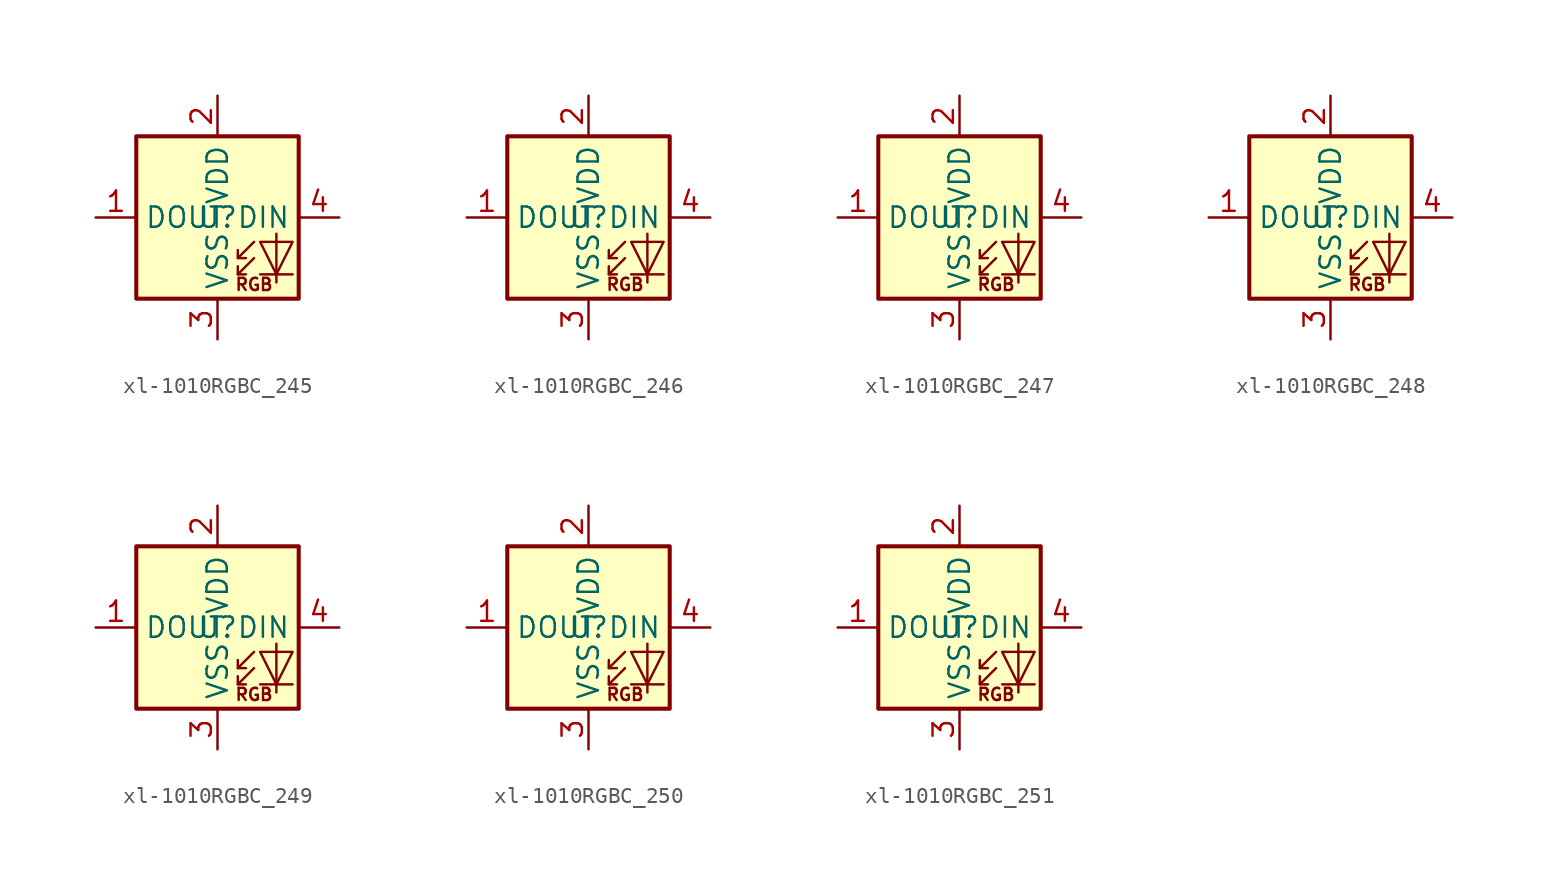
<source format=kicad_sym>
(kicad_symbol_lib
  (version 20231120)
  (generator "kicad_symbol_editor")
  (generator_version "8.0")
  (symbol "xl-1010RGBC_245"
    (property "Reference" "U"
      (at 0 0 0)
      (effects (font (size 1.27 1.27))))
    (property "Value" ""
      (at 0 0 0)
      (effects (font (size 1.27 1.27))))
    (symbol "xl-1010RGBC_245_0_0"
      (text "RGB" (at 2.286 -4.191 0) (effects (font (size 0.762 0.762)))))
    (symbol "xl-1010RGBC_245_0_1"
      (polyline (pts (xy 1.27 -3.556) (xy 1.778 -3.556)) (stroke (width 0) (type default)) (fill (type none)))
      (polyline (pts (xy 1.27 -2.54) (xy 1.778 -2.54)) (stroke (width 0) (type default)) (fill (type none)))
      (polyline (pts (xy 4.699 -3.556) (xy 2.667 -3.556)) (stroke (width 0) (type default)) (fill (type none)))
      (polyline (pts (xy 2.286 -2.54) (xy 1.27 -3.556) (xy 1.27 -3.048)) (stroke (width 0) (type default)) (fill (type none)))
      (polyline (pts (xy 2.286 -1.524) (xy 1.27 -2.54) (xy 1.27 -2.032)) (stroke (width 0) (type default)) (fill (type none)))
      (polyline (pts (xy 3.683 -1.016) (xy 3.683 -3.556) (xy 3.683 -4.064)) (stroke (width 0) (type default)) (fill (type none)))
      (polyline (pts (xy 4.699 -1.524) (xy 2.667 -1.524) (xy 3.683 -3.556) (xy 4.699 -1.524)) (stroke (width 0) (type default)) (fill (type none)))
      (rectangle (start 5.08 5.08) (end -5.08 -5.08) (stroke (width 0.254) (type default)) (fill (type background))))
    (symbol "xl-1010RGBC_245_1_1"
      (pin output line (at -7.62 0 0) (length 2.54) (name "DOUT" (effects (font (size 1.27 1.27)))) (number "1" (effects (font (size 1.27 1.27)))))
      (pin power_in line (at 0 7.62 270) (length 2.54) (name "VDD" (effects (font (size 1.27 1.27)))) (number "2" (effects (font (size 1.27 1.27)))))
      (pin power_in line (at 0 -7.62 90) (length 2.54) (name "VSS" (effects (font (size 1.27 1.27)))) (number "3" (effects (font (size 1.27 1.27)))))
      (pin input line (at 7.62 0 180) (length 2.54) (name "DIN" (effects (font (size 1.27 1.27)))) (number "4" (effects (font (size 1.27 1.27)))))))
  (symbol "xl-1010RGBC_246"
    (property "Reference" "U"
      (at 0 0 0)
      (effects (font (size 1.27 1.27))))
    (property "Value" ""
      (at 0 0 0)
      (effects (font (size 1.27 1.27))))
    (symbol "xl-1010RGBC_246_0_0"
      (text "RGB" (at 2.286 -4.191 0) (effects (font (size 0.762 0.762)))))
    (symbol "xl-1010RGBC_246_0_1"
      (polyline (pts (xy 1.27 -3.556) (xy 1.778 -3.556)) (stroke (width 0) (type default)) (fill (type none)))
      (polyline (pts (xy 1.27 -2.54) (xy 1.778 -2.54)) (stroke (width 0) (type default)) (fill (type none)))
      (polyline (pts (xy 4.699 -3.556) (xy 2.667 -3.556)) (stroke (width 0) (type default)) (fill (type none)))
      (polyline (pts (xy 2.286 -2.54) (xy 1.27 -3.556) (xy 1.27 -3.048)) (stroke (width 0) (type default)) (fill (type none)))
      (polyline (pts (xy 2.286 -1.524) (xy 1.27 -2.54) (xy 1.27 -2.032)) (stroke (width 0) (type default)) (fill (type none)))
      (polyline (pts (xy 3.683 -1.016) (xy 3.683 -3.556) (xy 3.683 -4.064)) (stroke (width 0) (type default)) (fill (type none)))
      (polyline (pts (xy 4.699 -1.524) (xy 2.667 -1.524) (xy 3.683 -3.556) (xy 4.699 -1.524)) (stroke (width 0) (type default)) (fill (type none)))
      (rectangle (start 5.08 5.08) (end -5.08 -5.08) (stroke (width 0.254) (type default)) (fill (type background))))
    (symbol "xl-1010RGBC_246_1_1"
      (pin output line (at -7.62 0 0) (length 2.54) (name "DOUT" (effects (font (size 1.27 1.27)))) (number "1" (effects (font (size 1.27 1.27)))))
      (pin power_in line (at 0 7.62 270) (length 2.54) (name "VDD" (effects (font (size 1.27 1.27)))) (number "2" (effects (font (size 1.27 1.27)))))
      (pin power_in line (at 0 -7.62 90) (length 2.54) (name "VSS" (effects (font (size 1.27 1.27)))) (number "3" (effects (font (size 1.27 1.27)))))
      (pin input line (at 7.62 0 180) (length 2.54) (name "DIN" (effects (font (size 1.27 1.27)))) (number "4" (effects (font (size 1.27 1.27)))))))
  (symbol "xl-1010RGBC_247"
    (property "Reference" "U"
      (at 0 0 0)
      (effects (font (size 1.27 1.27))))
    (property "Value" ""
      (at 0 0 0)
      (effects (font (size 1.27 1.27))))
    (symbol "xl-1010RGBC_247_0_0"
      (text "RGB" (at 2.286 -4.191 0) (effects (font (size 0.762 0.762)))))
    (symbol "xl-1010RGBC_247_0_1"
      (polyline (pts (xy 1.27 -3.556) (xy 1.778 -3.556)) (stroke (width 0) (type default)) (fill (type none)))
      (polyline (pts (xy 1.27 -2.54) (xy 1.778 -2.54)) (stroke (width 0) (type default)) (fill (type none)))
      (polyline (pts (xy 4.699 -3.556) (xy 2.667 -3.556)) (stroke (width 0) (type default)) (fill (type none)))
      (polyline (pts (xy 2.286 -2.54) (xy 1.27 -3.556) (xy 1.27 -3.048)) (stroke (width 0) (type default)) (fill (type none)))
      (polyline (pts (xy 2.286 -1.524) (xy 1.27 -2.54) (xy 1.27 -2.032)) (stroke (width 0) (type default)) (fill (type none)))
      (polyline (pts (xy 3.683 -1.016) (xy 3.683 -3.556) (xy 3.683 -4.064)) (stroke (width 0) (type default)) (fill (type none)))
      (polyline (pts (xy 4.699 -1.524) (xy 2.667 -1.524) (xy 3.683 -3.556) (xy 4.699 -1.524)) (stroke (width 0) (type default)) (fill (type none)))
      (rectangle (start 5.08 5.08) (end -5.08 -5.08) (stroke (width 0.254) (type default)) (fill (type background))))
    (symbol "xl-1010RGBC_247_1_1"
      (pin output line (at -7.62 0 0) (length 2.54) (name "DOUT" (effects (font (size 1.27 1.27)))) (number "1" (effects (font (size 1.27 1.27)))))
      (pin power_in line (at 0 7.62 270) (length 2.54) (name "VDD" (effects (font (size 1.27 1.27)))) (number "2" (effects (font (size 1.27 1.27)))))
      (pin power_in line (at 0 -7.62 90) (length 2.54) (name "VSS" (effects (font (size 1.27 1.27)))) (number "3" (effects (font (size 1.27 1.27)))))
      (pin input line (at 7.62 0 180) (length 2.54) (name "DIN" (effects (font (size 1.27 1.27)))) (number "4" (effects (font (size 1.27 1.27)))))))
  (symbol "xl-1010RGBC_248"
    (property "Reference" "U"
      (at 0 0 0)
      (effects (font (size 1.27 1.27))))
    (property "Value" ""
      (at 0 0 0)
      (effects (font (size 1.27 1.27))))
    (symbol "xl-1010RGBC_248_0_0"
      (text "RGB" (at 2.286 -4.191 0) (effects (font (size 0.762 0.762)))))
    (symbol "xl-1010RGBC_248_0_1"
      (polyline (pts (xy 1.27 -3.556) (xy 1.778 -3.556)) (stroke (width 0) (type default)) (fill (type none)))
      (polyline (pts (xy 1.27 -2.54) (xy 1.778 -2.54)) (stroke (width 0) (type default)) (fill (type none)))
      (polyline (pts (xy 4.699 -3.556) (xy 2.667 -3.556)) (stroke (width 0) (type default)) (fill (type none)))
      (polyline (pts (xy 2.286 -2.54) (xy 1.27 -3.556) (xy 1.27 -3.048)) (stroke (width 0) (type default)) (fill (type none)))
      (polyline (pts (xy 2.286 -1.524) (xy 1.27 -2.54) (xy 1.27 -2.032)) (stroke (width 0) (type default)) (fill (type none)))
      (polyline (pts (xy 3.683 -1.016) (xy 3.683 -3.556) (xy 3.683 -4.064)) (stroke (width 0) (type default)) (fill (type none)))
      (polyline (pts (xy 4.699 -1.524) (xy 2.667 -1.524) (xy 3.683 -3.556) (xy 4.699 -1.524)) (stroke (width 0) (type default)) (fill (type none)))
      (rectangle (start 5.08 5.08) (end -5.08 -5.08) (stroke (width 0.254) (type default)) (fill (type background))))
    (symbol "xl-1010RGBC_248_1_1"
      (pin output line (at -7.62 0 0) (length 2.54) (name "DOUT" (effects (font (size 1.27 1.27)))) (number "1" (effects (font (size 1.27 1.27)))))
      (pin power_in line (at 0 7.62 270) (length 2.54) (name "VDD" (effects (font (size 1.27 1.27)))) (number "2" (effects (font (size 1.27 1.27)))))
      (pin power_in line (at 0 -7.62 90) (length 2.54) (name "VSS" (effects (font (size 1.27 1.27)))) (number "3" (effects (font (size 1.27 1.27)))))
      (pin input line (at 7.62 0 180) (length 2.54) (name "DIN" (effects (font (size 1.27 1.27)))) (number "4" (effects (font (size 1.27 1.27)))))))
  (symbol "xl-1010RGBC_249"
    (property "Reference" "U"
      (at 0 0 0)
      (effects (font (size 1.27 1.27))))
    (property "Value" ""
      (at 0 0 0)
      (effects (font (size 1.27 1.27))))
    (symbol "xl-1010RGBC_249_0_0"
      (text "RGB" (at 2.286 -4.191 0) (effects (font (size 0.762 0.762)))))
    (symbol "xl-1010RGBC_249_0_1"
      (polyline (pts (xy 1.27 -3.556) (xy 1.778 -3.556)) (stroke (width 0) (type default)) (fill (type none)))
      (polyline (pts (xy 1.27 -2.54) (xy 1.778 -2.54)) (stroke (width 0) (type default)) (fill (type none)))
      (polyline (pts (xy 4.699 -3.556) (xy 2.667 -3.556)) (stroke (width 0) (type default)) (fill (type none)))
      (polyline (pts (xy 2.286 -2.54) (xy 1.27 -3.556) (xy 1.27 -3.048)) (stroke (width 0) (type default)) (fill (type none)))
      (polyline (pts (xy 2.286 -1.524) (xy 1.27 -2.54) (xy 1.27 -2.032)) (stroke (width 0) (type default)) (fill (type none)))
      (polyline (pts (xy 3.683 -1.016) (xy 3.683 -3.556) (xy 3.683 -4.064)) (stroke (width 0) (type default)) (fill (type none)))
      (polyline (pts (xy 4.699 -1.524) (xy 2.667 -1.524) (xy 3.683 -3.556) (xy 4.699 -1.524)) (stroke (width 0) (type default)) (fill (type none)))
      (rectangle (start 5.08 5.08) (end -5.08 -5.08) (stroke (width 0.254) (type default)) (fill (type background))))
    (symbol "xl-1010RGBC_249_1_1"
      (pin output line (at -7.62 0 0) (length 2.54) (name "DOUT" (effects (font (size 1.27 1.27)))) (number "1" (effects (font (size 1.27 1.27)))))
      (pin power_in line (at 0 7.62 270) (length 2.54) (name "VDD" (effects (font (size 1.27 1.27)))) (number "2" (effects (font (size 1.27 1.27)))))
      (pin power_in line (at 0 -7.62 90) (length 2.54) (name "VSS" (effects (font (size 1.27 1.27)))) (number "3" (effects (font (size 1.27 1.27)))))
      (pin input line (at 7.62 0 180) (length 2.54) (name "DIN" (effects (font (size 1.27 1.27)))) (number "4" (effects (font (size 1.27 1.27)))))))
  (symbol "xl-1010RGBC_250"
    (property "Reference" "U"
      (at 0 0 0)
      (effects (font (size 1.27 1.27))))
    (property "Value" ""
      (at 0 0 0)
      (effects (font (size 1.27 1.27))))
    (symbol "xl-1010RGBC_250_0_0"
      (text "RGB" (at 2.286 -4.191 0) (effects (font (size 0.762 0.762)))))
    (symbol "xl-1010RGBC_250_0_1"
      (polyline (pts (xy 1.27 -3.556) (xy 1.778 -3.556)) (stroke (width 0) (type default)) (fill (type none)))
      (polyline (pts (xy 1.27 -2.54) (xy 1.778 -2.54)) (stroke (width 0) (type default)) (fill (type none)))
      (polyline (pts (xy 4.699 -3.556) (xy 2.667 -3.556)) (stroke (width 0) (type default)) (fill (type none)))
      (polyline (pts (xy 2.286 -2.54) (xy 1.27 -3.556) (xy 1.27 -3.048)) (stroke (width 0) (type default)) (fill (type none)))
      (polyline (pts (xy 2.286 -1.524) (xy 1.27 -2.54) (xy 1.27 -2.032)) (stroke (width 0) (type default)) (fill (type none)))
      (polyline (pts (xy 3.683 -1.016) (xy 3.683 -3.556) (xy 3.683 -4.064)) (stroke (width 0) (type default)) (fill (type none)))
      (polyline (pts (xy 4.699 -1.524) (xy 2.667 -1.524) (xy 3.683 -3.556) (xy 4.699 -1.524)) (stroke (width 0) (type default)) (fill (type none)))
      (rectangle (start 5.08 5.08) (end -5.08 -5.08) (stroke (width 0.254) (type default)) (fill (type background))))
    (symbol "xl-1010RGBC_250_1_1"
      (pin output line (at -7.62 0 0) (length 2.54) (name "DOUT" (effects (font (size 1.27 1.27)))) (number "1" (effects (font (size 1.27 1.27)))))
      (pin power_in line (at 0 7.62 270) (length 2.54) (name "VDD" (effects (font (size 1.27 1.27)))) (number "2" (effects (font (size 1.27 1.27)))))
      (pin power_in line (at 0 -7.62 90) (length 2.54) (name "VSS" (effects (font (size 1.27 1.27)))) (number "3" (effects (font (size 1.27 1.27)))))
      (pin input line (at 7.62 0 180) (length 2.54) (name "DIN" (effects (font (size 1.27 1.27)))) (number "4" (effects (font (size 1.27 1.27)))))))
  (symbol "xl-1010RGBC_251"
    (property "Reference" "U"
      (at 0 0 0)
      (effects (font (size 1.27 1.27))))
    (property "Value" ""
      (at 0 0 0)
      (effects (font (size 1.27 1.27))))
    (symbol "xl-1010RGBC_251_0_0"
      (text "RGB" (at 2.286 -4.191 0) (effects (font (size 0.762 0.762)))))
    (symbol "xl-1010RGBC_251_0_1"
      (polyline (pts (xy 1.27 -3.556) (xy 1.778 -3.556)) (stroke (width 0) (type default)) (fill (type none)))
      (polyline (pts (xy 1.27 -2.54) (xy 1.778 -2.54)) (stroke (width 0) (type default)) (fill (type none)))
      (polyline (pts (xy 4.699 -3.556) (xy 2.667 -3.556)) (stroke (width 0) (type default)) (fill (type none)))
      (polyline (pts (xy 2.286 -2.54) (xy 1.27 -3.556) (xy 1.27 -3.048)) (stroke (width 0) (type default)) (fill (type none)))
      (polyline (pts (xy 2.286 -1.524) (xy 1.27 -2.54) (xy 1.27 -2.032)) (stroke (width 0) (type default)) (fill (type none)))
      (polyline (pts (xy 3.683 -1.016) (xy 3.683 -3.556) (xy 3.683 -4.064)) (stroke (width 0) (type default)) (fill (type none)))
      (polyline (pts (xy 4.699 -1.524) (xy 2.667 -1.524) (xy 3.683 -3.556) (xy 4.699 -1.524)) (stroke (width 0) (type default)) (fill (type none)))
      (rectangle (start 5.08 5.08) (end -5.08 -5.08) (stroke (width 0.254) (type default)) (fill (type background))))
    (symbol "xl-1010RGBC_251_1_1"
      (pin output line (at -7.62 0 0) (length 2.54) (name "DOUT" (effects (font (size 1.27 1.27)))) (number "1" (effects (font (size 1.27 1.27)))))
      (pin power_in line (at 0 7.62 270) (length 2.54) (name "VDD" (effects (font (size 1.27 1.27)))) (number "2" (effects (font (size 1.27 1.27)))))
      (pin power_in line (at 0 -7.62 90) (length 2.54) (name "VSS" (effects (font (size 1.27 1.27)))) (number "3" (effects (font (size 1.27 1.27)))))
      (pin input line (at 7.62 0 180) (length 2.54) (name "DIN" (effects (font (size 1.27 1.27)))) (number "4" (effects (font (size 1.27 1.27))))))))
</source>
